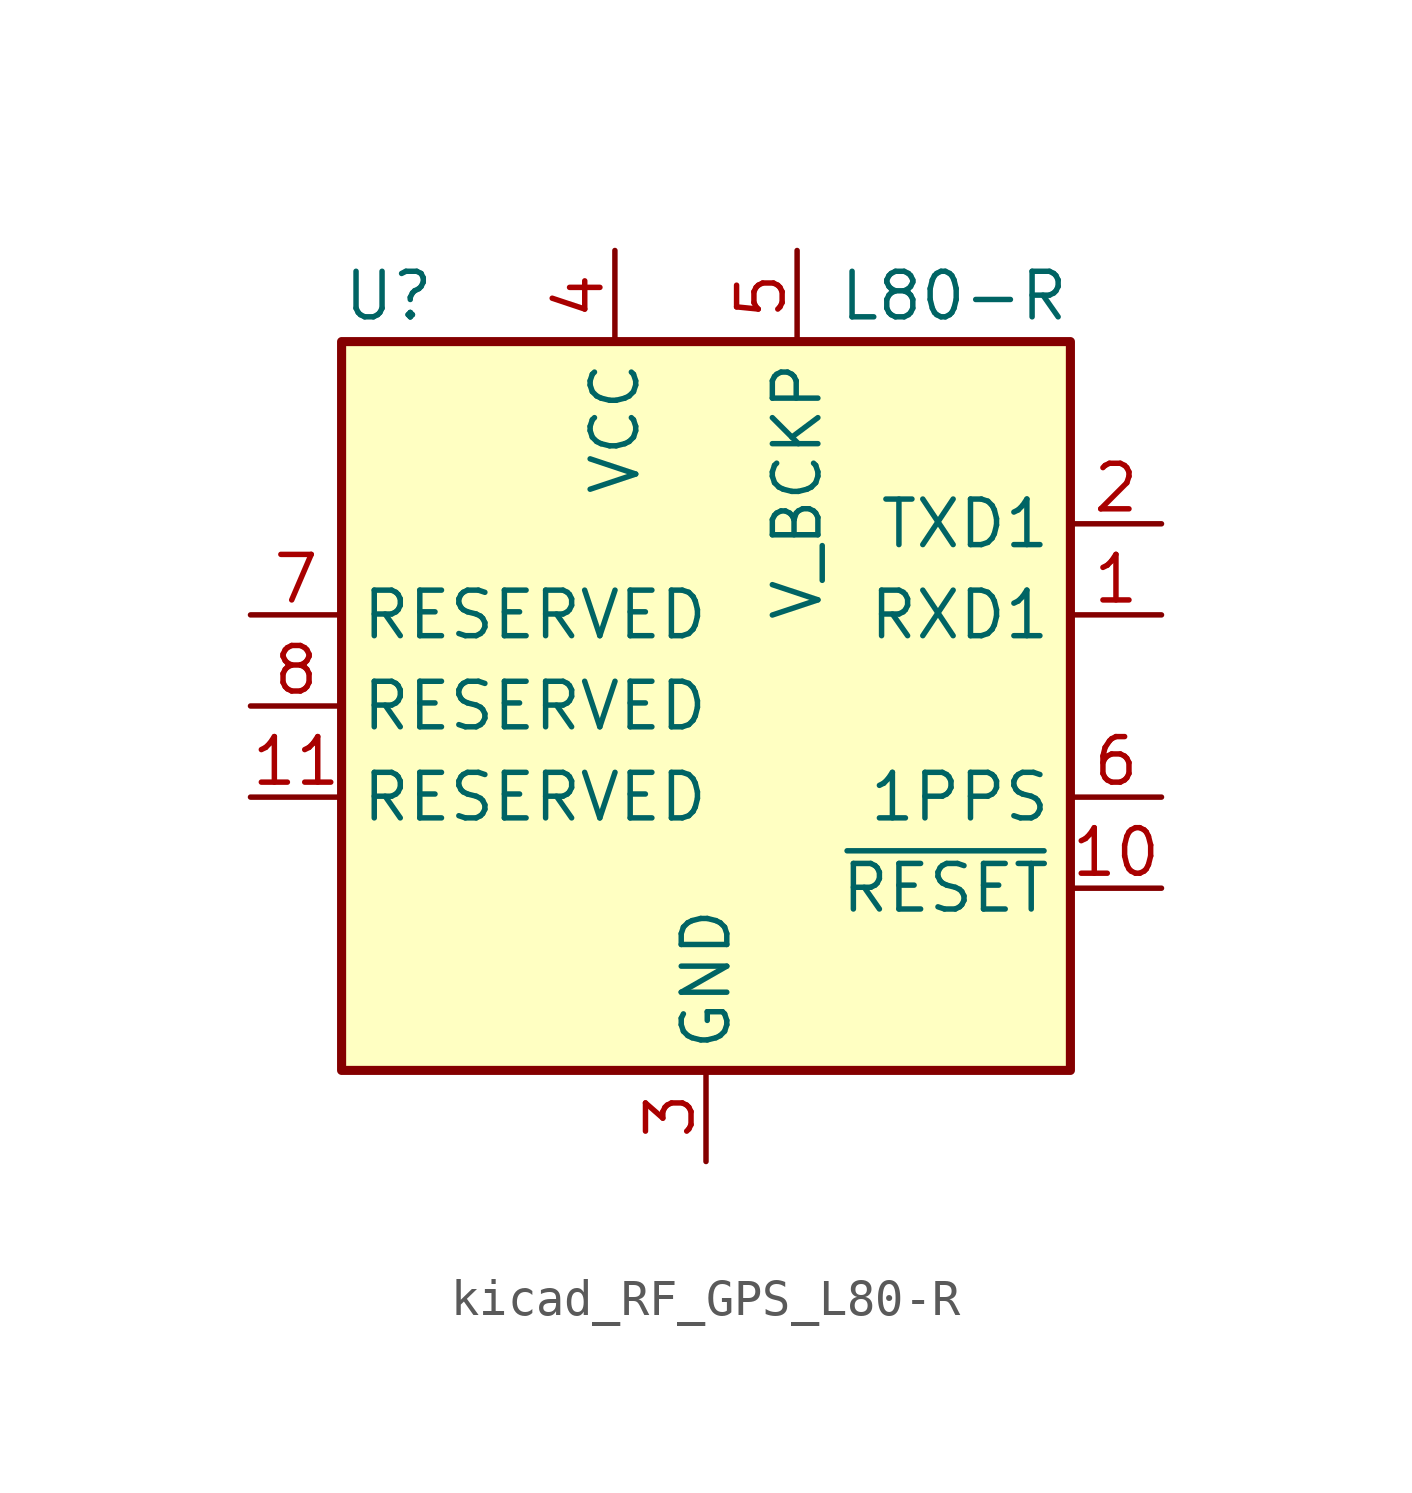
<source format=kicad_sym>
(kicad_symbol_lib
  (version 20220914)
  (generator kicad_symbol_editor)
  (symbol "kicad_RF_GPS_L80-R"
    (property "Reference" "U"
      (at -10.16 11.43 0)
      (effects (font (size 1.27 1.27)) (justify left)))
    (property "Value" "L80-R"
      (at 10.16 11.43 0)
      (effects (font (size 1.27 1.27)) (justify right)))
    (symbol "kicad_RF_GPS_L80-R_0_1"
      (rectangle (start -10.16 10.16) (end 10.16 -10.16) (stroke (width 0.254) (type default)) (fill (type background))))
    (symbol "kicad_RF_GPS_L80-R_1_1"
      (pin input line (at 12.7 2.54 180) (length 2.54) (name "RXD1" (effects (font (size 1.27 1.27)))) (number "1" (effects (font (size 1.27 1.27)))))
      (pin input line (at 12.7 -5.08 180) (length 2.54) (name "~{RESET}" (effects (font (size 1.27 1.27)))) (number "10" (effects (font (size 1.27 1.27)))))
      (pin passive line (at -12.7 -2.54 0) (length 2.54) (name "RESERVED" (effects (font (size 1.27 1.27)))) (number "11" (effects (font (size 1.27 1.27)))))
      (pin passive line (at 0 -12.7 90) (length 2.54) hide (name "GND" (effects (font (size 1.27 1.27)))) (number "12" (effects (font (size 1.27 1.27)))))
      (pin output line (at 12.7 5.08 180) (length 2.54) (name "TXD1" (effects (font (size 1.27 1.27)))) (number "2" (effects (font (size 1.27 1.27)))))
      (pin power_in line (at 0 -12.7 90) (length 2.54) (name "GND" (effects (font (size 1.27 1.27)))) (number "3" (effects (font (size 1.27 1.27)))))
      (pin power_in line (at -2.54 12.7 270) (length 2.54) (name "VCC" (effects (font (size 1.27 1.27)))) (number "4" (effects (font (size 1.27 1.27)))))
      (pin power_in line (at 2.54 12.7 270) (length 2.54) (name "V_BCKP" (effects (font (size 1.27 1.27)))) (number "5" (effects (font (size 1.27 1.27)))))
      (pin output line (at 12.7 -2.54 180) (length 2.54) (name "1PPS" (effects (font (size 1.27 1.27)))) (number "6" (effects (font (size 1.27 1.27)))))
      (pin passive line (at -12.7 2.54 0) (length 2.54) (name "RESERVED" (effects (font (size 1.27 1.27)))) (number "7" (effects (font (size 1.27 1.27)))))
      (pin passive line (at -12.7 0 0) (length 2.54) (name "RESERVED" (effects (font (size 1.27 1.27)))) (number "8" (effects (font (size 1.27 1.27)))))
      (pin no_connect line (at 10.16 0 180) (length 2.54) hide (name "NC" (effects (font (size 1.27 1.27)))) (number "9" (effects (font (size 1.27 1.27))))))))
</source>
